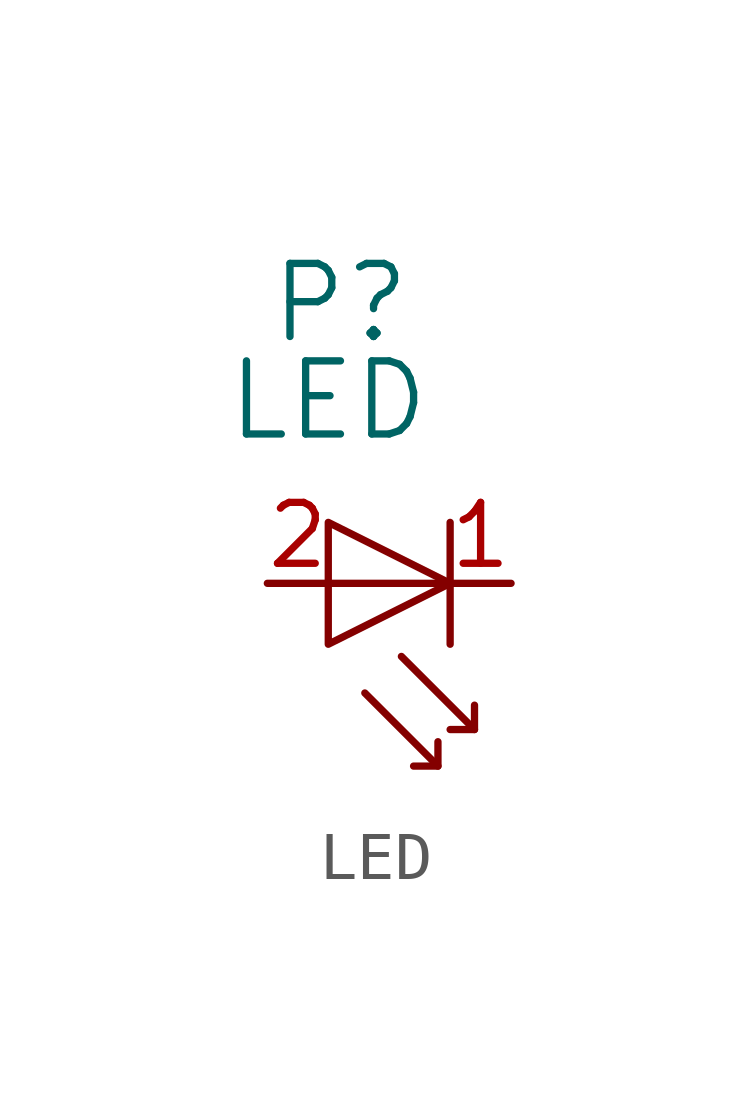
<source format=kicad_sym>
(kicad_symbol_lib
  (version 20211014)
  (generator kicad_symbol_editor)
  (symbol "LED"
    (pin_names
      (offset 0) hide)
    (property "Reference" "P"
      (at -1.016 5.842 0)
      (effects (font (size 1.524 1.524))))
    (property "Value" "LED"
      (at -1.27 3.81 0)
      (effects (font (size 1.524 1.524))))
    (property "Footprint" ""
      (at 0 0 0)
      (effects (font (size 1.524 1.524))))
    (property "Datasheet" ""
      (at 0 0 0)
      (effects (font (size 1.524 1.524))))
    (symbol "LED_0_0"
      (polyline (pts (xy -1.27 0) (xy 1.27 0)) (stroke (width 0) (type default) (color 0 0 0 0)) (fill (type none)))
      (polyline (pts (xy -0.508 -2.286) (xy 1.016 -3.81)) (stroke (width 0) (type default) (color 0 0 0 0)) (fill (type none)))
      (polyline (pts (xy 0.254 -1.524) (xy 1.778 -3.048)) (stroke (width 0) (type default) (color 0 0 0 0)) (fill (type none)))
      (polyline (pts (xy 1.27 1.27) (xy 1.27 -1.27)) (stroke (width 0) (type default) (color 0 0 0 0)) (fill (type none)))
      (polyline (pts (xy 1.016 -3.302) (xy 1.016 -3.81) (xy 0.508 -3.81)) (stroke (width 0) (type default) (color 0 0 0 0)) (fill (type none)))
      (polyline (pts (xy 1.778 -2.54) (xy 1.778 -3.048) (xy 1.27 -3.048)) (stroke (width 0) (type default) (color 0 0 0 0)) (fill (type none)))
      (polyline (pts (xy -1.27 1.27) (xy -1.27 -1.27) (xy 1.27 0) (xy -1.27 1.27)) (stroke (width 0) (type default) (color 0 0 0 0)) (fill (type none))))
    (symbol "LED_1_1"
      (pin passive line (at 2.54 0 180) (length 1.27) (name "Cathode" (effects (font (size 1.27 1.27)))) (number "1" (effects (font (size 1.27 1.27)))))
      (pin passive line (at -2.54 0 0) (length 1.27) (name "Anode" (effects (font (size 1.27 1.27)))) (number "2" (effects (font (size 1.27 1.27))))))))
</source>
